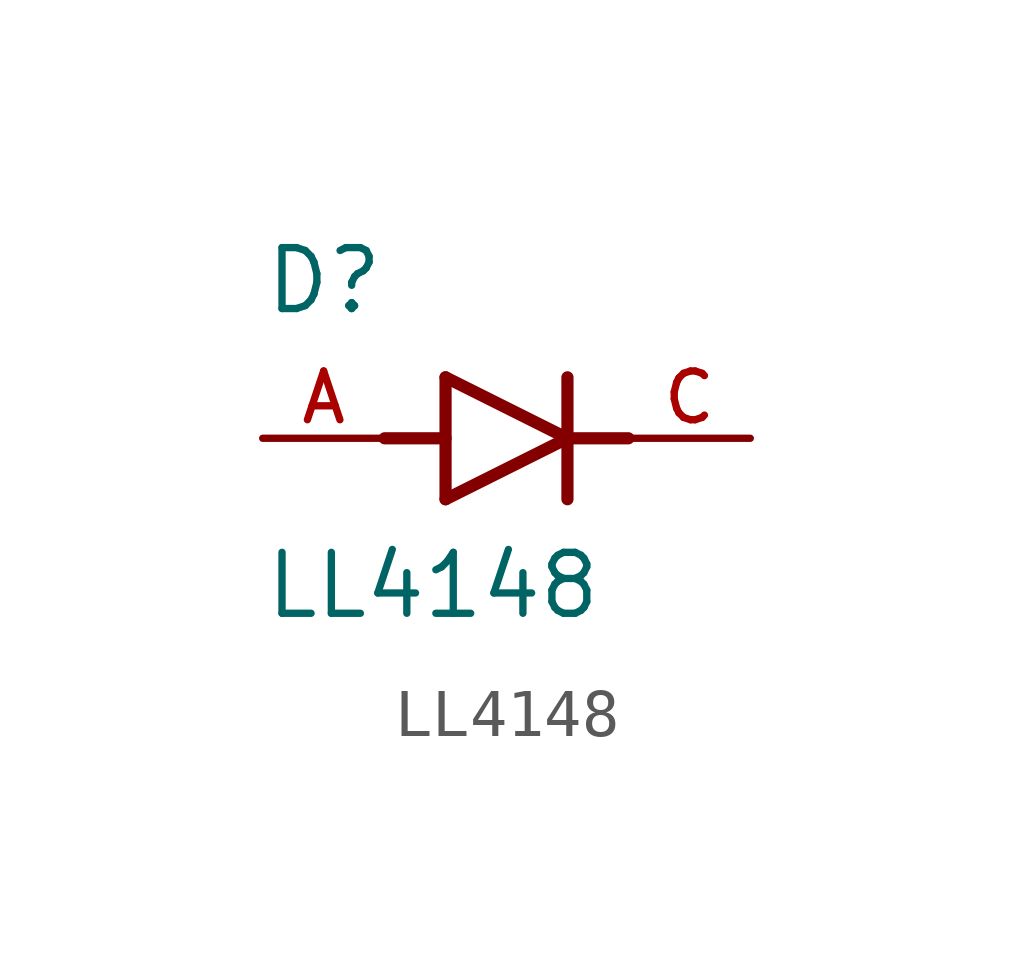
<source format=kicad_sym>
(kicad_symbol_lib
  (version 20211014)
  (generator kicad_symbol_editor)
  (symbol "LL4148"
    (pin_names
      (offset 1.016))
    (property "Reference" "D"
      (at -5.08 2.54 0)
      (effects (font (size 1.27 1.27)) (justify bottom left)))
    (property "Value" "LL4148"
      (at -5.08 -3.81 0)
      (effects (font (size 1.27 1.27)) (justify bottom left)))
    (symbol "LL4148_0_0"
      (polyline (pts (xy -1.27 -1.27) (xy 1.27 0.0)) (stroke (width 0.254)))
      (polyline (pts (xy 1.27 0.0) (xy -1.27 1.27)) (stroke (width 0.254)))
      (polyline (pts (xy -1.27 1.27) (xy -1.27 -1.27)) (stroke (width 0.254)))
      (polyline (pts (xy 1.27 1.27) (xy 1.27 -1.27)) (stroke (width 0.254)))
      (polyline (pts (xy -2.54 0.0) (xy -1.27 0.0)) (stroke (width 0.254)))
      (polyline (pts (xy 1.27 0.0) (xy 2.54 0.0)) (stroke (width 0.254)))
      (pin passive line (at 5.08 0.0 180.0) (length 2.54) (name "~" (effects (font (size 1.016 1.016)))) (number "C" (effects (font (size 1.016 1.016)))))
      (pin passive line (at -5.08 0.0 0) (length 2.54) (name "~" (effects (font (size 1.016 1.016)))) (number "A" (effects (font (size 1.016 1.016))))))))
</source>
